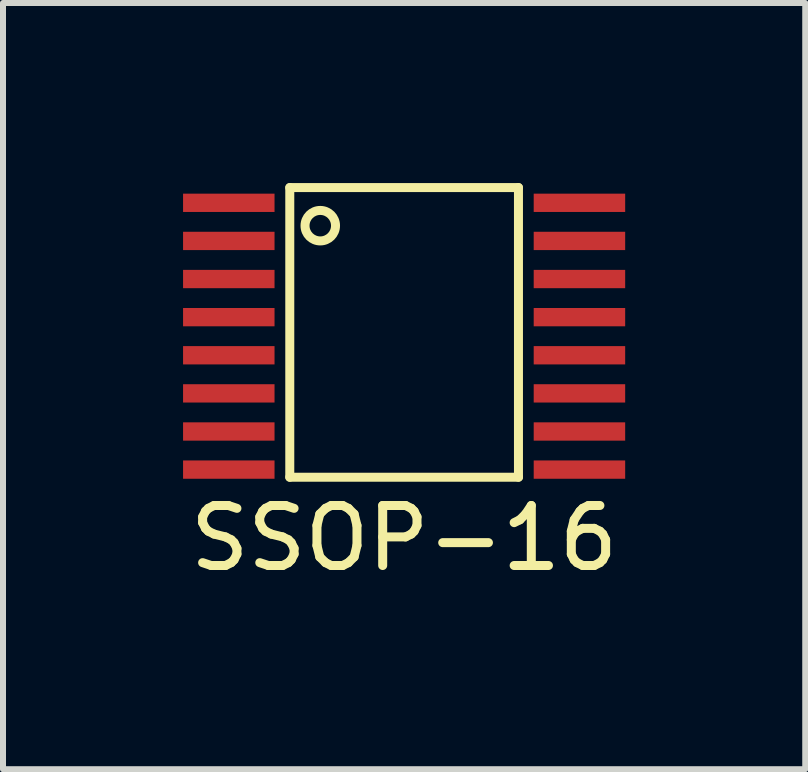
<source format=kicad_pcb>
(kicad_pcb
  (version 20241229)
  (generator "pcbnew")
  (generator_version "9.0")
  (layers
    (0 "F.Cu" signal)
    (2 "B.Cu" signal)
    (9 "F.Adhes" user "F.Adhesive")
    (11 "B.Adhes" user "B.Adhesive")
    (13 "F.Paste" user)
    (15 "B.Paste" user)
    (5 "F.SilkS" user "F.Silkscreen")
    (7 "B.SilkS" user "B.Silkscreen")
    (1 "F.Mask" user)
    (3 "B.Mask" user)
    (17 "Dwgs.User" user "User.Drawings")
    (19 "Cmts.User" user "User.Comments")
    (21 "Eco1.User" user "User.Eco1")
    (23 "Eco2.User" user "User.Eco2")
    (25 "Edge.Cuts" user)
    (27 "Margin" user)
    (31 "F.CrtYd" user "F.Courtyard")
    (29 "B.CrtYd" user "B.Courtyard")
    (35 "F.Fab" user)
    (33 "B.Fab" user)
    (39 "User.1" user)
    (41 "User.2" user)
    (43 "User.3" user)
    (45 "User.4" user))
  (footprint "SSOP-16"
    (layer "F.Cu")
    (at 3.683 4.901)
    (property "Reference" "SSOP-16" (at 0 1.016 0) (layer "F.SilkS") (effects (font (size 1 1) (thickness 0.15))))
    (attr through_hole)
    (fp_line (start -1.905 -4.826) (end 1.905 -4.826) (stroke (width 0.15) (type solid)) (layer "F.SilkS"))
    (fp_line (start -1.905 0) (end -1.905 -4.826) (stroke (width 0.15) (type solid)) (layer "F.SilkS"))
    (fp_line (start -1.905 0) (end 1.905 0) (stroke (width 0.15) (type solid)) (layer "F.SilkS"))
    (fp_line (start 1.905 0) (end 1.905 -4.826) (stroke (width 0.15) (type solid)) (layer "F.SilkS"))
    (fp_circle (center -1.397 -4.191) (end -1.143 -4.191) (stroke (width 0.15) (type solid)) (fill no) (layer "F.SilkS"))
    (pad "1" smd rect (at -2.921 -4.572) (size 1.524 0.305) (layers "F.Cu" "F.Mask" "F.Paste"))
    (pad "2" smd rect (at -2.921 -3.937) (size 1.524 0.305) (layers "F.Cu" "F.Mask" "F.Paste"))
    (pad "3" smd rect (at -2.921 -3.302) (size 1.524 0.305) (layers "F.Cu" "F.Mask" "F.Paste"))
    (pad "4" smd rect (at -2.921 -2.667) (size 1.524 0.305) (layers "F.Cu" "F.Mask" "F.Paste"))
    (pad "5" smd rect (at -2.921 -2.032) (size 1.524 0.305) (layers "F.Cu" "F.Mask" "F.Paste"))
    (pad "6" smd rect (at -2.921 -1.397) (size 1.524 0.305) (layers "F.Cu" "F.Mask" "F.Paste"))
    (pad "7" smd rect (at -2.921 -0.762) (size 1.524 0.305) (layers "F.Cu" "F.Mask" "F.Paste"))
    (pad "8" smd rect (at -2.921 -0.127) (size 1.524 0.305) (layers "F.Cu" "F.Mask" "F.Paste"))
    (pad "9" smd rect (at 2.921 -0.127) (size 1.524 0.305) (layers "F.Cu" "F.Mask" "F.Paste"))
    (pad "10" smd rect (at 2.921 -0.762) (size 1.524 0.305) (layers "F.Cu" "F.Mask" "F.Paste"))
    (pad "11" smd rect (at 2.921 -1.397) (size 1.524 0.305) (layers "F.Cu" "F.Mask" "F.Paste"))
    (pad "12" smd rect (at 2.921 -2.032) (size 1.524 0.305) (layers "F.Cu" "F.Mask" "F.Paste"))
    (pad "13" smd rect (at 2.921 -2.667) (size 1.524 0.305) (layers "F.Cu" "F.Mask" "F.Paste"))
    (pad "14" smd rect (at 2.921 -3.302) (size 1.524 0.305) (layers "F.Cu" "F.Mask" "F.Paste"))
    (pad "15" smd rect (at 2.921 -3.937) (size 1.524 0.305) (layers "F.Cu" "F.Mask" "F.Paste"))
    (pad "16" smd rect (at 2.921 -4.572) (size 1.524 0.305) (layers "F.Cu" "F.Mask" "F.Paste")))
  (gr_rect
    (start -3 -3)
    (end 10.366 9.765)
    (stroke (width 0.1) (type default))
    (fill no)
    (layer "Edge.Cuts")))
</source>
